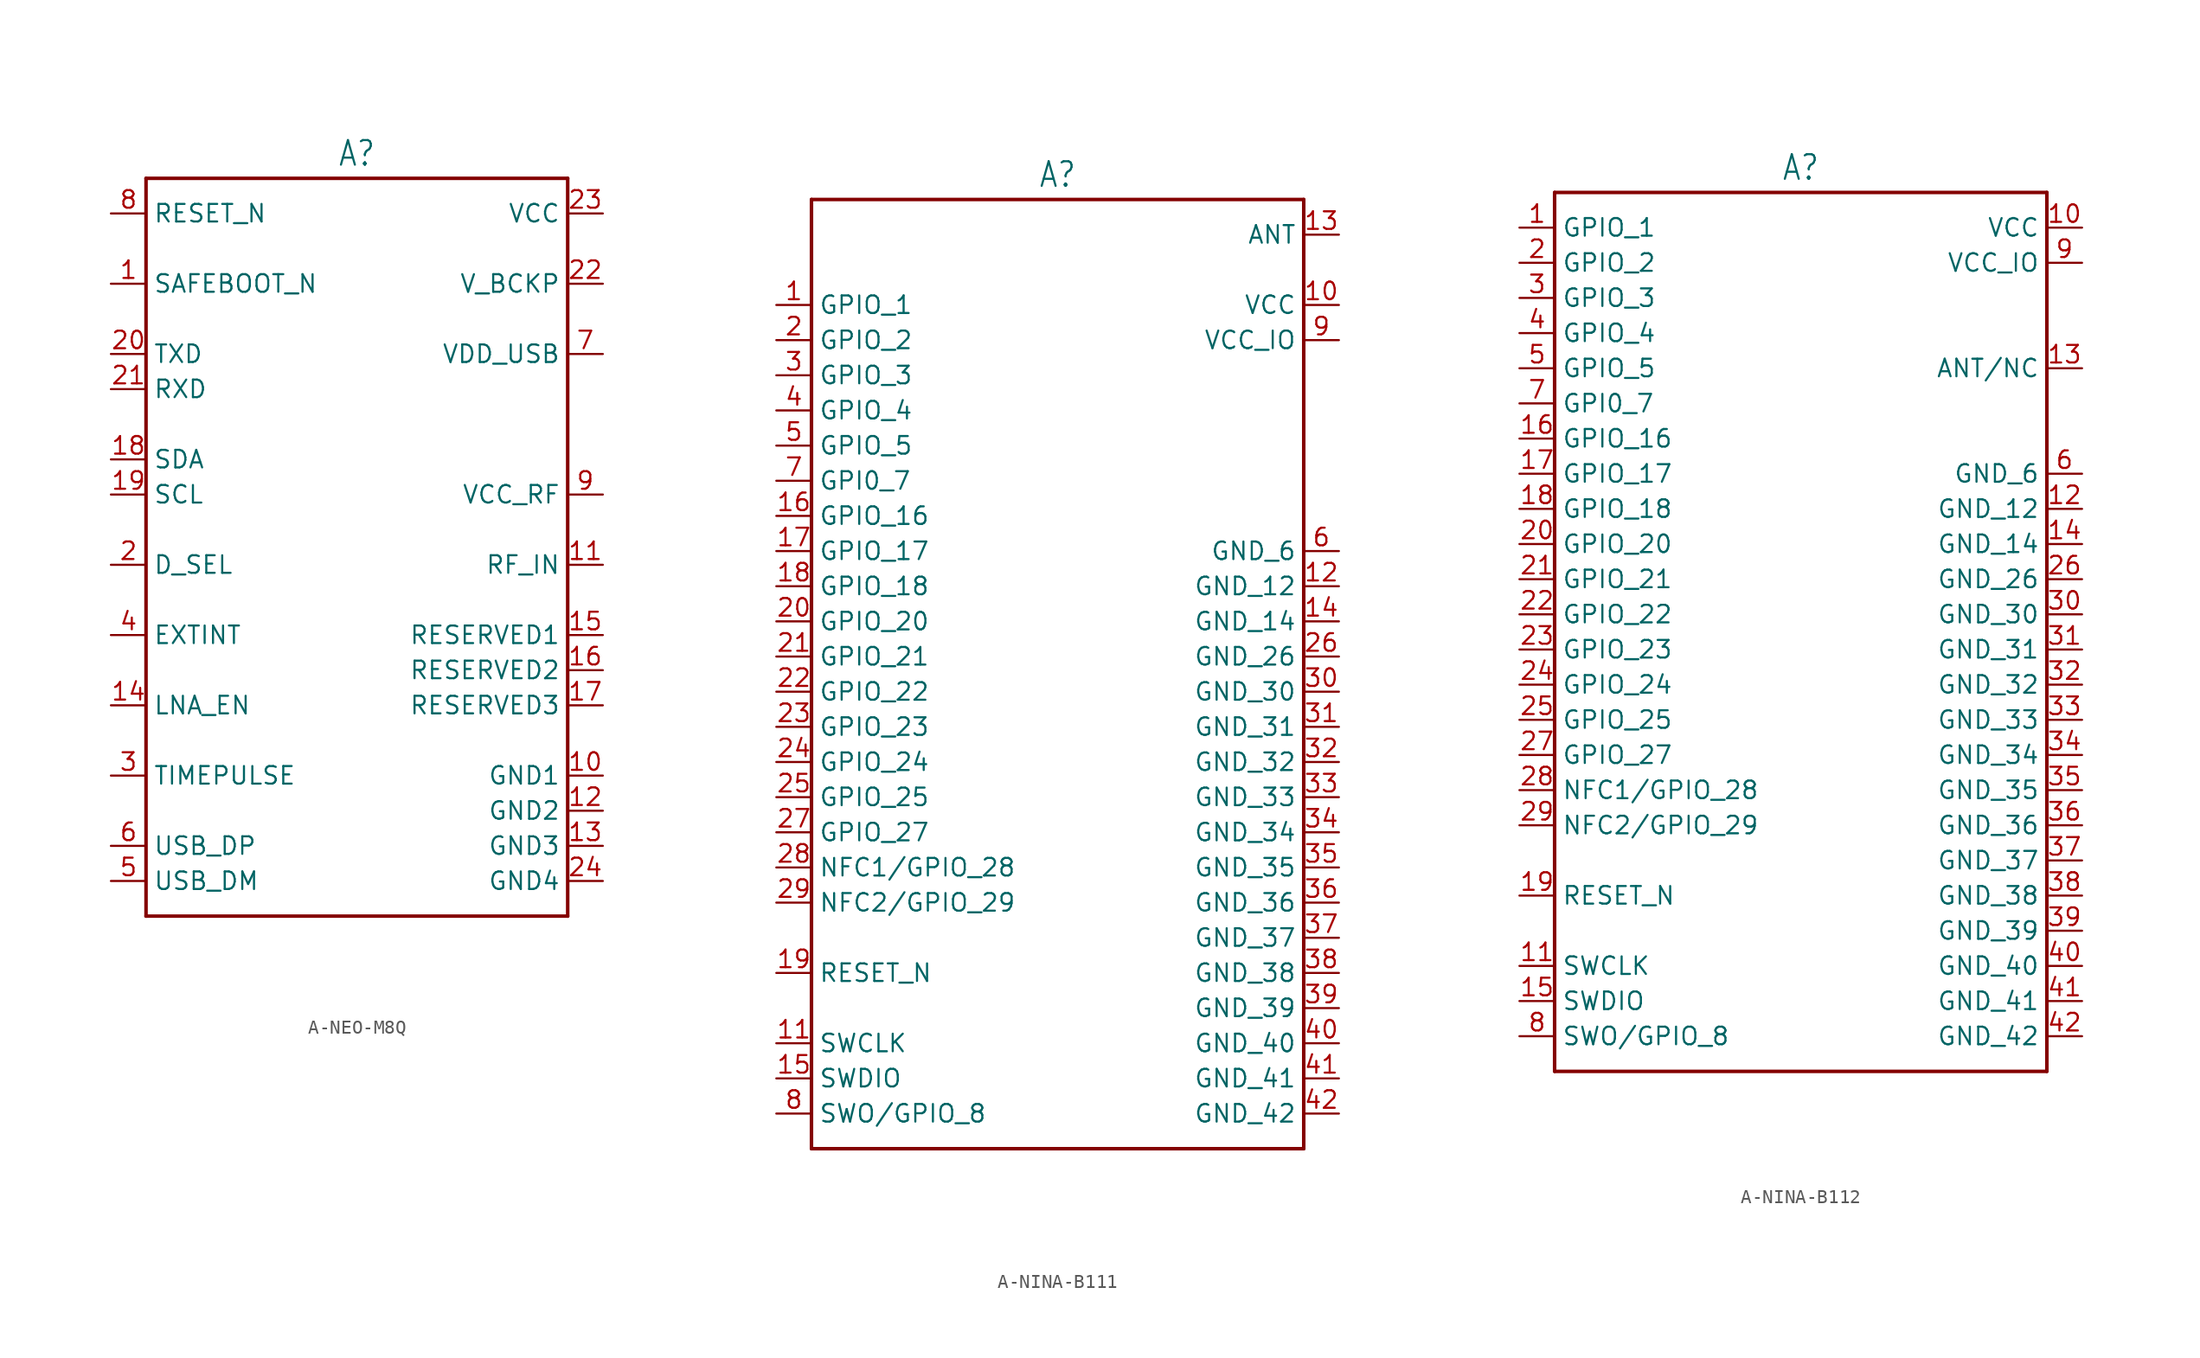
<source format=kicad_sym>
(kicad_symbol_lib
  (version 20231120)
  (generator "kicad_symbol_editor")
  (generator_version "8.0")
  (symbol "A-NEO-M8Q"
    (property "Reference" "A"
      (at 0 26.162 0)
      (effects (font (size 1.778 1.511)) (justify bottom)))
    (property "Value" ""
      (at 0 -28.702 0)
      (effects (font (size 1.778 1.511)) (justify top)))
    (property "ki_locked" ""
      (at 0 0 0)
      (effects (font (size 1.27 1.27))))
    (symbol "A-NEO-M8Q_1_0"
      (polyline (pts (xy -15.24 -27.94) (xy -15.24 25.4)) (stroke (width 0.254) (type solid)) (fill (type none)))
      (polyline (pts (xy -15.24 25.4) (xy 15.24 25.4)) (stroke (width 0.254) (type solid)) (fill (type none)))
      (polyline (pts (xy 15.24 -27.94) (xy -15.24 -27.94)) (stroke (width 0.254) (type solid)) (fill (type none)))
      (polyline (pts (xy 15.24 25.4) (xy 15.24 -27.94)) (stroke (width 0.254) (type solid)) (fill (type none)))
      (pin passive line (at -17.78 17.78 0) (length 2.54) (name "SAFEBOOT_N" (effects (font (size 1.27 1.27)))) (number "1" (effects (font (size 1.27 1.27)))))
      (pin passive line (at 17.78 -17.78 180) (length 2.54) (name "GND1" (effects (font (size 1.27 1.27)))) (number "10" (effects (font (size 1.27 1.27)))))
      (pin passive line (at 17.78 -2.54 180) (length 2.54) (name "RF_IN" (effects (font (size 1.27 1.27)))) (number "11" (effects (font (size 1.27 1.27)))))
      (pin passive line (at 17.78 -20.32 180) (length 2.54) (name "GND2" (effects (font (size 1.27 1.27)))) (number "12" (effects (font (size 1.27 1.27)))))
      (pin passive line (at 17.78 -22.86 180) (length 2.54) (name "GND3" (effects (font (size 1.27 1.27)))) (number "13" (effects (font (size 1.27 1.27)))))
      (pin passive line (at -17.78 -12.7 0) (length 2.54) (name "LNA_EN" (effects (font (size 1.27 1.27)))) (number "14" (effects (font (size 1.27 1.27)))))
      (pin passive line (at 17.78 -7.62 180) (length 2.54) (name "RESERVED1" (effects (font (size 1.27 1.27)))) (number "15" (effects (font (size 1.27 1.27)))))
      (pin passive line (at 17.78 -10.16 180) (length 2.54) (name "RESERVED2" (effects (font (size 1.27 1.27)))) (number "16" (effects (font (size 1.27 1.27)))))
      (pin passive line (at 17.78 -12.7 180) (length 2.54) (name "RESERVED3" (effects (font (size 1.27 1.27)))) (number "17" (effects (font (size 1.27 1.27)))))
      (pin passive line (at -17.78 5.08 0) (length 2.54) (name "SDA" (effects (font (size 1.27 1.27)))) (number "18" (effects (font (size 1.27 1.27)))))
      (pin passive line (at -17.78 2.54 0) (length 2.54) (name "SCL" (effects (font (size 1.27 1.27)))) (number "19" (effects (font (size 1.27 1.27)))))
      (pin passive line (at -17.78 -2.54 0) (length 2.54) (name "D_SEL" (effects (font (size 1.27 1.27)))) (number "2" (effects (font (size 1.27 1.27)))))
      (pin passive line (at -17.78 12.7 0) (length 2.54) (name "TXD" (effects (font (size 1.27 1.27)))) (number "20" (effects (font (size 1.27 1.27)))))
      (pin passive line (at -17.78 10.16 0) (length 2.54) (name "RXD" (effects (font (size 1.27 1.27)))) (number "21" (effects (font (size 1.27 1.27)))))
      (pin passive line (at 17.78 17.78 180) (length 2.54) (name "V_BCKP" (effects (font (size 1.27 1.27)))) (number "22" (effects (font (size 1.27 1.27)))))
      (pin passive line (at 17.78 22.86 180) (length 2.54) (name "VCC" (effects (font (size 1.27 1.27)))) (number "23" (effects (font (size 1.27 1.27)))))
      (pin passive line (at 17.78 -25.4 180) (length 2.54) (name "GND4" (effects (font (size 1.27 1.27)))) (number "24" (effects (font (size 1.27 1.27)))))
      (pin passive line (at -17.78 -17.78 0) (length 2.54) (name "TIMEPULSE" (effects (font (size 1.27 1.27)))) (number "3" (effects (font (size 1.27 1.27)))))
      (pin passive line (at -17.78 -7.62 0) (length 2.54) (name "EXTINT" (effects (font (size 1.27 1.27)))) (number "4" (effects (font (size 1.27 1.27)))))
      (pin passive line (at -17.78 -25.4 0) (length 2.54) (name "USB_DM" (effects (font (size 1.27 1.27)))) (number "5" (effects (font (size 1.27 1.27)))))
      (pin passive line (at -17.78 -22.86 0) (length 2.54) (name "USB_DP" (effects (font (size 1.27 1.27)))) (number "6" (effects (font (size 1.27 1.27)))))
      (pin passive line (at 17.78 12.7 180) (length 2.54) (name "VDD_USB" (effects (font (size 1.27 1.27)))) (number "7" (effects (font (size 1.27 1.27)))))
      (pin passive line (at -17.78 22.86 0) (length 2.54) (name "RESET_N" (effects (font (size 1.27 1.27)))) (number "8" (effects (font (size 1.27 1.27)))))
      (pin passive line (at 17.78 2.54 180) (length 2.54) (name "VCC_RF" (effects (font (size 1.27 1.27)))) (number "9" (effects (font (size 1.27 1.27)))))))
  (symbol "A-NINA-B111"
    (property "Reference" "A"
      (at 0 33.782 0)
      (effects (font (size 1.778 1.511)) (justify bottom)))
    (property "Value" ""
      (at 0 -36.322 0)
      (effects (font (size 1.778 1.511)) (justify top)))
    (property "ki_locked" ""
      (at 0 0 0)
      (effects (font (size 1.27 1.27))))
    (symbol "A-NINA-B111_1_0"
      (polyline (pts (xy -17.78 -35.56) (xy -17.78 33.02)) (stroke (width 0.254) (type solid)) (fill (type none)))
      (polyline (pts (xy -17.78 33.02) (xy 17.78 33.02)) (stroke (width 0.254) (type solid)) (fill (type none)))
      (polyline (pts (xy 17.78 -35.56) (xy -17.78 -35.56)) (stroke (width 0.254) (type solid)) (fill (type none)))
      (polyline (pts (xy 17.78 33.02) (xy 17.78 -35.56)) (stroke (width 0.254) (type solid)) (fill (type none)))
      (pin passive line (at -20.32 25.4 0) (length 2.54) (name "GPIO_1" (effects (font (size 1.27 1.27)))) (number "1" (effects (font (size 1.27 1.27)))))
      (pin passive line (at 20.32 25.4 180) (length 2.54) (name "VCC" (effects (font (size 1.27 1.27)))) (number "10" (effects (font (size 1.27 1.27)))))
      (pin passive line (at -20.32 -27.94 0) (length 2.54) (name "SWCLK" (effects (font (size 1.27 1.27)))) (number "11" (effects (font (size 1.27 1.27)))))
      (pin passive line (at 20.32 5.08 180) (length 2.54) (name "GND_12" (effects (font (size 1.27 1.27)))) (number "12" (effects (font (size 1.27 1.27)))))
      (pin passive line (at 20.32 30.48 180) (length 2.54) (name "ANT" (effects (font (size 1.27 1.27)))) (number "13" (effects (font (size 1.27 1.27)))))
      (pin passive line (at 20.32 2.54 180) (length 2.54) (name "GND_14" (effects (font (size 1.27 1.27)))) (number "14" (effects (font (size 1.27 1.27)))))
      (pin passive line (at -20.32 -30.48 0) (length 2.54) (name "SWDIO" (effects (font (size 1.27 1.27)))) (number "15" (effects (font (size 1.27 1.27)))))
      (pin passive line (at -20.32 10.16 0) (length 2.54) (name "GPIO_16" (effects (font (size 1.27 1.27)))) (number "16" (effects (font (size 1.27 1.27)))))
      (pin passive line (at -20.32 7.62 0) (length 2.54) (name "GPIO_17" (effects (font (size 1.27 1.27)))) (number "17" (effects (font (size 1.27 1.27)))))
      (pin passive line (at -20.32 5.08 0) (length 2.54) (name "GPIO_18" (effects (font (size 1.27 1.27)))) (number "18" (effects (font (size 1.27 1.27)))))
      (pin passive line (at -20.32 -22.86 0) (length 2.54) (name "RESET_N" (effects (font (size 1.27 1.27)))) (number "19" (effects (font (size 1.27 1.27)))))
      (pin passive line (at -20.32 22.86 0) (length 2.54) (name "GPIO_2" (effects (font (size 1.27 1.27)))) (number "2" (effects (font (size 1.27 1.27)))))
      (pin passive line (at -20.32 2.54 0) (length 2.54) (name "GPIO_20" (effects (font (size 1.27 1.27)))) (number "20" (effects (font (size 1.27 1.27)))))
      (pin passive line (at -20.32 0 0) (length 2.54) (name "GPIO_21" (effects (font (size 1.27 1.27)))) (number "21" (effects (font (size 1.27 1.27)))))
      (pin passive line (at -20.32 -2.54 0) (length 2.54) (name "GPIO_22" (effects (font (size 1.27 1.27)))) (number "22" (effects (font (size 1.27 1.27)))))
      (pin passive line (at -20.32 -5.08 0) (length 2.54) (name "GPIO_23" (effects (font (size 1.27 1.27)))) (number "23" (effects (font (size 1.27 1.27)))))
      (pin passive line (at -20.32 -7.62 0) (length 2.54) (name "GPIO_24" (effects (font (size 1.27 1.27)))) (number "24" (effects (font (size 1.27 1.27)))))
      (pin passive line (at -20.32 -10.16 0) (length 2.54) (name "GPIO_25" (effects (font (size 1.27 1.27)))) (number "25" (effects (font (size 1.27 1.27)))))
      (pin passive line (at 20.32 0 180) (length 2.54) (name "GND_26" (effects (font (size 1.27 1.27)))) (number "26" (effects (font (size 1.27 1.27)))))
      (pin passive line (at -20.32 -12.7 0) (length 2.54) (name "GPIO_27" (effects (font (size 1.27 1.27)))) (number "27" (effects (font (size 1.27 1.27)))))
      (pin passive line (at -20.32 -15.24 0) (length 2.54) (name "NFC1/GPIO_28" (effects (font (size 1.27 1.27)))) (number "28" (effects (font (size 1.27 1.27)))))
      (pin passive line (at -20.32 -17.78 0) (length 2.54) (name "NFC2/GPIO_29" (effects (font (size 1.27 1.27)))) (number "29" (effects (font (size 1.27 1.27)))))
      (pin passive line (at -20.32 20.32 0) (length 2.54) (name "GPIO_3" (effects (font (size 1.27 1.27)))) (number "3" (effects (font (size 1.27 1.27)))))
      (pin passive line (at 20.32 -2.54 180) (length 2.54) (name "GND_30" (effects (font (size 1.27 1.27)))) (number "30" (effects (font (size 1.27 1.27)))))
      (pin passive line (at 20.32 -5.08 180) (length 2.54) (name "GND_31" (effects (font (size 1.27 1.27)))) (number "31" (effects (font (size 1.27 1.27)))))
      (pin passive line (at 20.32 -7.62 180) (length 2.54) (name "GND_32" (effects (font (size 1.27 1.27)))) (number "32" (effects (font (size 1.27 1.27)))))
      (pin passive line (at 20.32 -10.16 180) (length 2.54) (name "GND_33" (effects (font (size 1.27 1.27)))) (number "33" (effects (font (size 1.27 1.27)))))
      (pin passive line (at 20.32 -12.7 180) (length 2.54) (name "GND_34" (effects (font (size 1.27 1.27)))) (number "34" (effects (font (size 1.27 1.27)))))
      (pin passive line (at 20.32 -15.24 180) (length 2.54) (name "GND_35" (effects (font (size 1.27 1.27)))) (number "35" (effects (font (size 1.27 1.27)))))
      (pin passive line (at 20.32 -17.78 180) (length 2.54) (name "GND_36" (effects (font (size 1.27 1.27)))) (number "36" (effects (font (size 1.27 1.27)))))
      (pin passive line (at 20.32 -20.32 180) (length 2.54) (name "GND_37" (effects (font (size 1.27 1.27)))) (number "37" (effects (font (size 1.27 1.27)))))
      (pin passive line (at 20.32 -22.86 180) (length 2.54) (name "GND_38" (effects (font (size 1.27 1.27)))) (number "38" (effects (font (size 1.27 1.27)))))
      (pin passive line (at 20.32 -25.4 180) (length 2.54) (name "GND_39" (effects (font (size 1.27 1.27)))) (number "39" (effects (font (size 1.27 1.27)))))
      (pin passive line (at -20.32 17.78 0) (length 2.54) (name "GPIO_4" (effects (font (size 1.27 1.27)))) (number "4" (effects (font (size 1.27 1.27)))))
      (pin passive line (at 20.32 -27.94 180) (length 2.54) (name "GND_40" (effects (font (size 1.27 1.27)))) (number "40" (effects (font (size 1.27 1.27)))))
      (pin passive line (at 20.32 -30.48 180) (length 2.54) (name "GND_41" (effects (font (size 1.27 1.27)))) (number "41" (effects (font (size 1.27 1.27)))))
      (pin passive line (at 20.32 -33.02 180) (length 2.54) (name "GND_42" (effects (font (size 1.27 1.27)))) (number "42" (effects (font (size 1.27 1.27)))))
      (pin passive line (at -20.32 15.24 0) (length 2.54) (name "GPIO_5" (effects (font (size 1.27 1.27)))) (number "5" (effects (font (size 1.27 1.27)))))
      (pin passive line (at 20.32 7.62 180) (length 2.54) (name "GND_6" (effects (font (size 1.27 1.27)))) (number "6" (effects (font (size 1.27 1.27)))))
      (pin passive line (at -20.32 12.7 0) (length 2.54) (name "GPI0_7" (effects (font (size 1.27 1.27)))) (number "7" (effects (font (size 1.27 1.27)))))
      (pin passive line (at -20.32 -33.02 0) (length 2.54) (name "SWO/GPIO_8" (effects (font (size 1.27 1.27)))) (number "8" (effects (font (size 1.27 1.27)))))
      (pin passive line (at 20.32 22.86 180) (length 2.54) (name "VCC_IO" (effects (font (size 1.27 1.27)))) (number "9" (effects (font (size 1.27 1.27)))))))
  (symbol "A-NINA-B112"
    (property "Reference" "A"
      (at 0 31.242 0)
      (effects (font (size 1.778 1.511)) (justify bottom)))
    (property "Value" ""
      (at 0 -33.782 0)
      (effects (font (size 1.778 1.511)) (justify top)))
    (property "ki_locked" ""
      (at 0 0 0)
      (effects (font (size 1.27 1.27))))
    (symbol "A-NINA-B112_1_0"
      (polyline (pts (xy -17.78 -33.02) (xy -17.78 30.48)) (stroke (width 0.254) (type solid)) (fill (type none)))
      (polyline (pts (xy -17.78 30.48) (xy 17.78 30.48)) (stroke (width 0.254) (type solid)) (fill (type none)))
      (polyline (pts (xy 17.78 -33.02) (xy -17.78 -33.02)) (stroke (width 0.254) (type solid)) (fill (type none)))
      (polyline (pts (xy 17.78 30.48) (xy 17.78 -33.02)) (stroke (width 0.254) (type solid)) (fill (type none)))
      (pin passive line (at -20.32 27.94 0) (length 2.54) (name "GPIO_1" (effects (font (size 1.27 1.27)))) (number "1" (effects (font (size 1.27 1.27)))))
      (pin passive line (at 20.32 27.94 180) (length 2.54) (name "VCC" (effects (font (size 1.27 1.27)))) (number "10" (effects (font (size 1.27 1.27)))))
      (pin passive line (at -20.32 -25.4 0) (length 2.54) (name "SWCLK" (effects (font (size 1.27 1.27)))) (number "11" (effects (font (size 1.27 1.27)))))
      (pin passive line (at 20.32 7.62 180) (length 2.54) (name "GND_12" (effects (font (size 1.27 1.27)))) (number "12" (effects (font (size 1.27 1.27)))))
      (pin passive line (at 20.32 17.78 180) (length 2.54) (name "ANT/NC" (effects (font (size 1.27 1.27)))) (number "13" (effects (font (size 1.27 1.27)))))
      (pin passive line (at 20.32 5.08 180) (length 2.54) (name "GND_14" (effects (font (size 1.27 1.27)))) (number "14" (effects (font (size 1.27 1.27)))))
      (pin passive line (at -20.32 -27.94 0) (length 2.54) (name "SWDIO" (effects (font (size 1.27 1.27)))) (number "15" (effects (font (size 1.27 1.27)))))
      (pin passive line (at -20.32 12.7 0) (length 2.54) (name "GPIO_16" (effects (font (size 1.27 1.27)))) (number "16" (effects (font (size 1.27 1.27)))))
      (pin passive line (at -20.32 10.16 0) (length 2.54) (name "GPIO_17" (effects (font (size 1.27 1.27)))) (number "17" (effects (font (size 1.27 1.27)))))
      (pin passive line (at -20.32 7.62 0) (length 2.54) (name "GPIO_18" (effects (font (size 1.27 1.27)))) (number "18" (effects (font (size 1.27 1.27)))))
      (pin passive line (at -20.32 -20.32 0) (length 2.54) (name "RESET_N" (effects (font (size 1.27 1.27)))) (number "19" (effects (font (size 1.27 1.27)))))
      (pin passive line (at -20.32 25.4 0) (length 2.54) (name "GPIO_2" (effects (font (size 1.27 1.27)))) (number "2" (effects (font (size 1.27 1.27)))))
      (pin passive line (at -20.32 5.08 0) (length 2.54) (name "GPIO_20" (effects (font (size 1.27 1.27)))) (number "20" (effects (font (size 1.27 1.27)))))
      (pin passive line (at -20.32 2.54 0) (length 2.54) (name "GPIO_21" (effects (font (size 1.27 1.27)))) (number "21" (effects (font (size 1.27 1.27)))))
      (pin passive line (at -20.32 0 0) (length 2.54) (name "GPIO_22" (effects (font (size 1.27 1.27)))) (number "22" (effects (font (size 1.27 1.27)))))
      (pin passive line (at -20.32 -2.54 0) (length 2.54) (name "GPIO_23" (effects (font (size 1.27 1.27)))) (number "23" (effects (font (size 1.27 1.27)))))
      (pin passive line (at -20.32 -5.08 0) (length 2.54) (name "GPIO_24" (effects (font (size 1.27 1.27)))) (number "24" (effects (font (size 1.27 1.27)))))
      (pin passive line (at -20.32 -7.62 0) (length 2.54) (name "GPIO_25" (effects (font (size 1.27 1.27)))) (number "25" (effects (font (size 1.27 1.27)))))
      (pin passive line (at 20.32 2.54 180) (length 2.54) (name "GND_26" (effects (font (size 1.27 1.27)))) (number "26" (effects (font (size 1.27 1.27)))))
      (pin passive line (at -20.32 -10.16 0) (length 2.54) (name "GPIO_27" (effects (font (size 1.27 1.27)))) (number "27" (effects (font (size 1.27 1.27)))))
      (pin passive line (at -20.32 -12.7 0) (length 2.54) (name "NFC1/GPIO_28" (effects (font (size 1.27 1.27)))) (number "28" (effects (font (size 1.27 1.27)))))
      (pin passive line (at -20.32 -15.24 0) (length 2.54) (name "NFC2/GPIO_29" (effects (font (size 1.27 1.27)))) (number "29" (effects (font (size 1.27 1.27)))))
      (pin passive line (at -20.32 22.86 0) (length 2.54) (name "GPIO_3" (effects (font (size 1.27 1.27)))) (number "3" (effects (font (size 1.27 1.27)))))
      (pin passive line (at 20.32 0 180) (length 2.54) (name "GND_30" (effects (font (size 1.27 1.27)))) (number "30" (effects (font (size 1.27 1.27)))))
      (pin passive line (at 20.32 -2.54 180) (length 2.54) (name "GND_31" (effects (font (size 1.27 1.27)))) (number "31" (effects (font (size 1.27 1.27)))))
      (pin passive line (at 20.32 -5.08 180) (length 2.54) (name "GND_32" (effects (font (size 1.27 1.27)))) (number "32" (effects (font (size 1.27 1.27)))))
      (pin passive line (at 20.32 -7.62 180) (length 2.54) (name "GND_33" (effects (font (size 1.27 1.27)))) (number "33" (effects (font (size 1.27 1.27)))))
      (pin passive line (at 20.32 -10.16 180) (length 2.54) (name "GND_34" (effects (font (size 1.27 1.27)))) (number "34" (effects (font (size 1.27 1.27)))))
      (pin passive line (at 20.32 -12.7 180) (length 2.54) (name "GND_35" (effects (font (size 1.27 1.27)))) (number "35" (effects (font (size 1.27 1.27)))))
      (pin passive line (at 20.32 -15.24 180) (length 2.54) (name "GND_36" (effects (font (size 1.27 1.27)))) (number "36" (effects (font (size 1.27 1.27)))))
      (pin passive line (at 20.32 -17.78 180) (length 2.54) (name "GND_37" (effects (font (size 1.27 1.27)))) (number "37" (effects (font (size 1.27 1.27)))))
      (pin passive line (at 20.32 -20.32 180) (length 2.54) (name "GND_38" (effects (font (size 1.27 1.27)))) (number "38" (effects (font (size 1.27 1.27)))))
      (pin passive line (at 20.32 -22.86 180) (length 2.54) (name "GND_39" (effects (font (size 1.27 1.27)))) (number "39" (effects (font (size 1.27 1.27)))))
      (pin passive line (at -20.32 20.32 0) (length 2.54) (name "GPIO_4" (effects (font (size 1.27 1.27)))) (number "4" (effects (font (size 1.27 1.27)))))
      (pin passive line (at 20.32 -25.4 180) (length 2.54) (name "GND_40" (effects (font (size 1.27 1.27)))) (number "40" (effects (font (size 1.27 1.27)))))
      (pin passive line (at 20.32 -27.94 180) (length 2.54) (name "GND_41" (effects (font (size 1.27 1.27)))) (number "41" (effects (font (size 1.27 1.27)))))
      (pin passive line (at 20.32 -30.48 180) (length 2.54) (name "GND_42" (effects (font (size 1.27 1.27)))) (number "42" (effects (font (size 1.27 1.27)))))
      (pin passive line (at -20.32 17.78 0) (length 2.54) (name "GPIO_5" (effects (font (size 1.27 1.27)))) (number "5" (effects (font (size 1.27 1.27)))))
      (pin passive line (at 20.32 10.16 180) (length 2.54) (name "GND_6" (effects (font (size 1.27 1.27)))) (number "6" (effects (font (size 1.27 1.27)))))
      (pin passive line (at -20.32 15.24 0) (length 2.54) (name "GPI0_7" (effects (font (size 1.27 1.27)))) (number "7" (effects (font (size 1.27 1.27)))))
      (pin passive line (at -20.32 -30.48 0) (length 2.54) (name "SWO/GPIO_8" (effects (font (size 1.27 1.27)))) (number "8" (effects (font (size 1.27 1.27)))))
      (pin passive line (at 20.32 25.4 180) (length 2.54) (name "VCC_IO" (effects (font (size 1.27 1.27)))) (number "9" (effects (font (size 1.27 1.27))))))))
</source>
